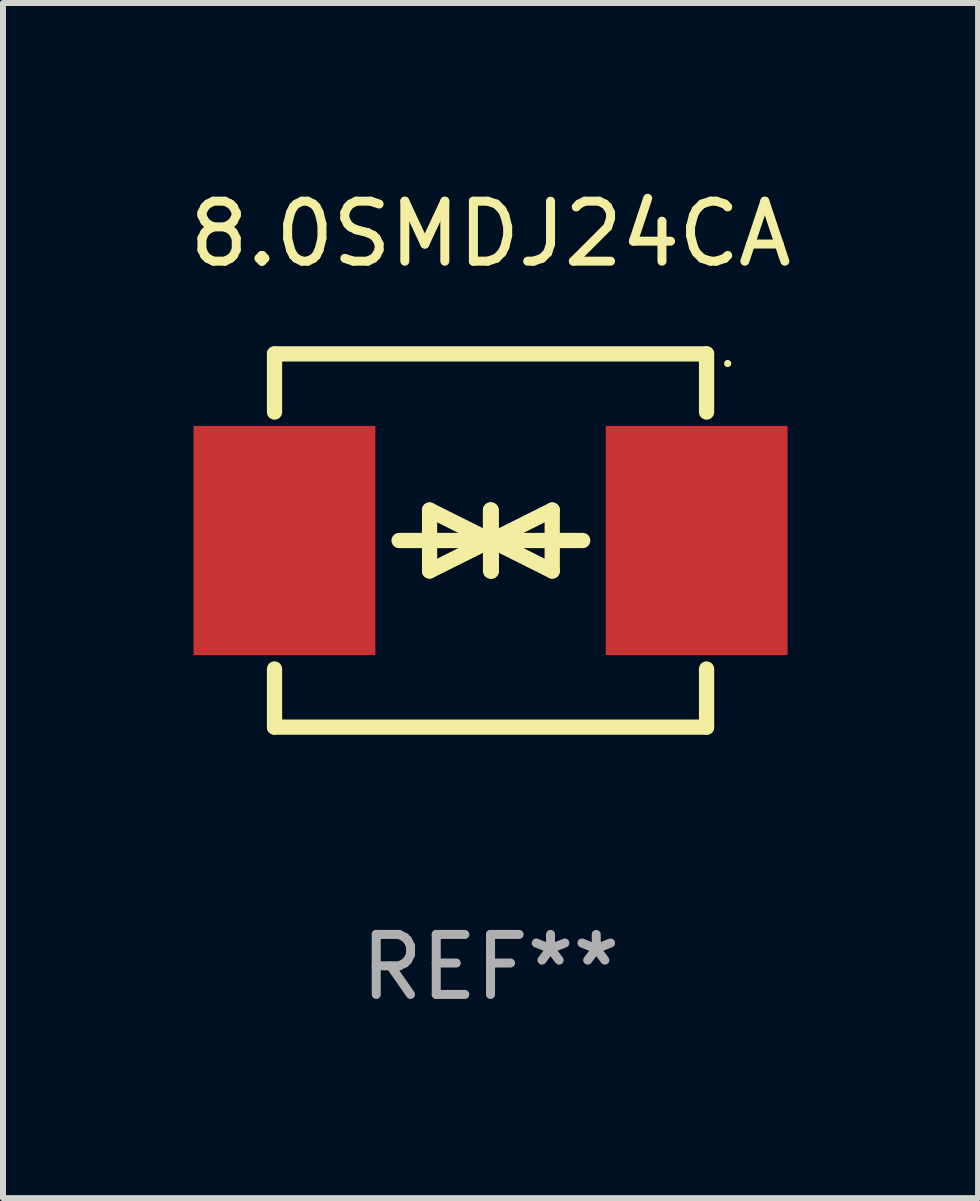
<source format=kicad_pcb>
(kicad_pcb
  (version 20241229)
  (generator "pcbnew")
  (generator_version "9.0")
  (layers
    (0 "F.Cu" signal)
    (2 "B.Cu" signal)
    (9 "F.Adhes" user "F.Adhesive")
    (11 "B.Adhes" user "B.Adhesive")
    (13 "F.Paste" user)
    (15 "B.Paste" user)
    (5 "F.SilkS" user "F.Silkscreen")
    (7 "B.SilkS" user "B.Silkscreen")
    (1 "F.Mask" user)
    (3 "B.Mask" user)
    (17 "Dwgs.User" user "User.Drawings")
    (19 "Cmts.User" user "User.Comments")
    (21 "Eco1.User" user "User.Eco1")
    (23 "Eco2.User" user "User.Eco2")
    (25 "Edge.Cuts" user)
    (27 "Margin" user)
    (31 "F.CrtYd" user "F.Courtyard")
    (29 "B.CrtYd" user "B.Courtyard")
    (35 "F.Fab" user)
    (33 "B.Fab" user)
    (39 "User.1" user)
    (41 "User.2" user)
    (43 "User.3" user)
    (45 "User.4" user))
  (footprint "8.0SMDJ24CA"
    (layer "F.Cu")
    (at 5.125 5.958)
    (property "Reference" "8.0SMDJ24CA" (at 0 -5.11 0) (layer "F.SilkS") (effects (font (size 1 1) (thickness 0.15))))
    (attr through_hole)
    (fp_line (start -3.6 -2.141) (end -3.6 -3.11) (stroke (width 0.254) (type solid)) (layer "F.SilkS"))
    (fp_line (start -3.6 3.11) (end -3.6 2.141) (stroke (width 0.254) (type solid)) (layer "F.SilkS"))
    (fp_line (start -1.524 0) (end 0.508 0) (stroke (width 0.254) (type solid)) (layer "F.SilkS"))
    (fp_line (start -1.016 -0.508) (end -1.016 0.508) (stroke (width 0.254) (type solid)) (layer "F.SilkS"))
    (fp_line (start -1.016 0.508) (end 0 0) (stroke (width 0.254) (type solid)) (layer "F.SilkS"))
    (fp_line (start 0 -0.508) (end 0 0.508) (stroke (width 0.254) (type solid)) (layer "F.SilkS"))
    (fp_line (start 0 0) (end -1.016 -0.508) (stroke (width 0.254) (type solid)) (layer "F.SilkS"))
    (fp_line (start 0 0) (end 0 -0.508) (stroke (width 0.254) (type solid)) (layer "F.SilkS"))
    (fp_line (start 0.012 0) (end 0.012 0.508) (stroke (width 0.254) (type solid)) (layer "F.SilkS"))
    (fp_line (start 0.012 0) (end 1.028 0.508) (stroke (width 0.254) (type solid)) (layer "F.SilkS"))
    (fp_line (start 0.012 0.508) (end 0.012 -0.508) (stroke (width 0.254) (type solid)) (layer "F.SilkS"))
    (fp_line (start 1.028 -0.508) (end 0.012 0) (stroke (width 0.254) (type solid)) (layer "F.SilkS"))
    (fp_line (start 1.028 0.508) (end 1.028 -0.508) (stroke (width 0.254) (type solid)) (layer "F.SilkS"))
    (fp_line (start 1.536 0) (end -0.496 0) (stroke (width 0.254) (type solid)) (layer "F.SilkS"))
    (fp_line (start 3.6 -3.11) (end -3.6 -3.11) (stroke (width 0.254) (type solid)) (layer "F.SilkS"))
    (fp_line (start 3.6 -2.141) (end 3.6 -3.11) (stroke (width 0.254) (type solid)) (layer "F.SilkS"))
    (fp_line (start 3.6 3.11) (end -3.6 3.11) (stroke (width 0.254) (type solid)) (layer "F.SilkS"))
    (fp_line (start 3.6 3.11) (end 3.6 2.141) (stroke (width 0.254) (type solid)) (layer "F.SilkS"))
    (fp_circle (center 3.952 -2.95) (end 3.982 -2.95) (stroke (width 0.06) (type solid)) (fill no) (layer "F.SilkS"))
    (fp_text user "REF**" (at 0 7.11 0) (layer "F.Fab") (effects (font (size 1 1) (thickness 0.15))))
    (pad "1" smd rect (at 3.435 0) (size 3.03 3.82) (layers "F.Cu" "F.Mask" "F.Paste"))
    (pad "2" smd rect (at -3.435 0) (size 3.03 3.82) (layers "F.Cu" "F.Mask" "F.Paste")))
  (gr_rect
    (start -3 -3)
    (end 13.25 16.917)
    (stroke (width 0.1) (type default))
    (fill no)
    (layer "Edge.Cuts")))
</source>
